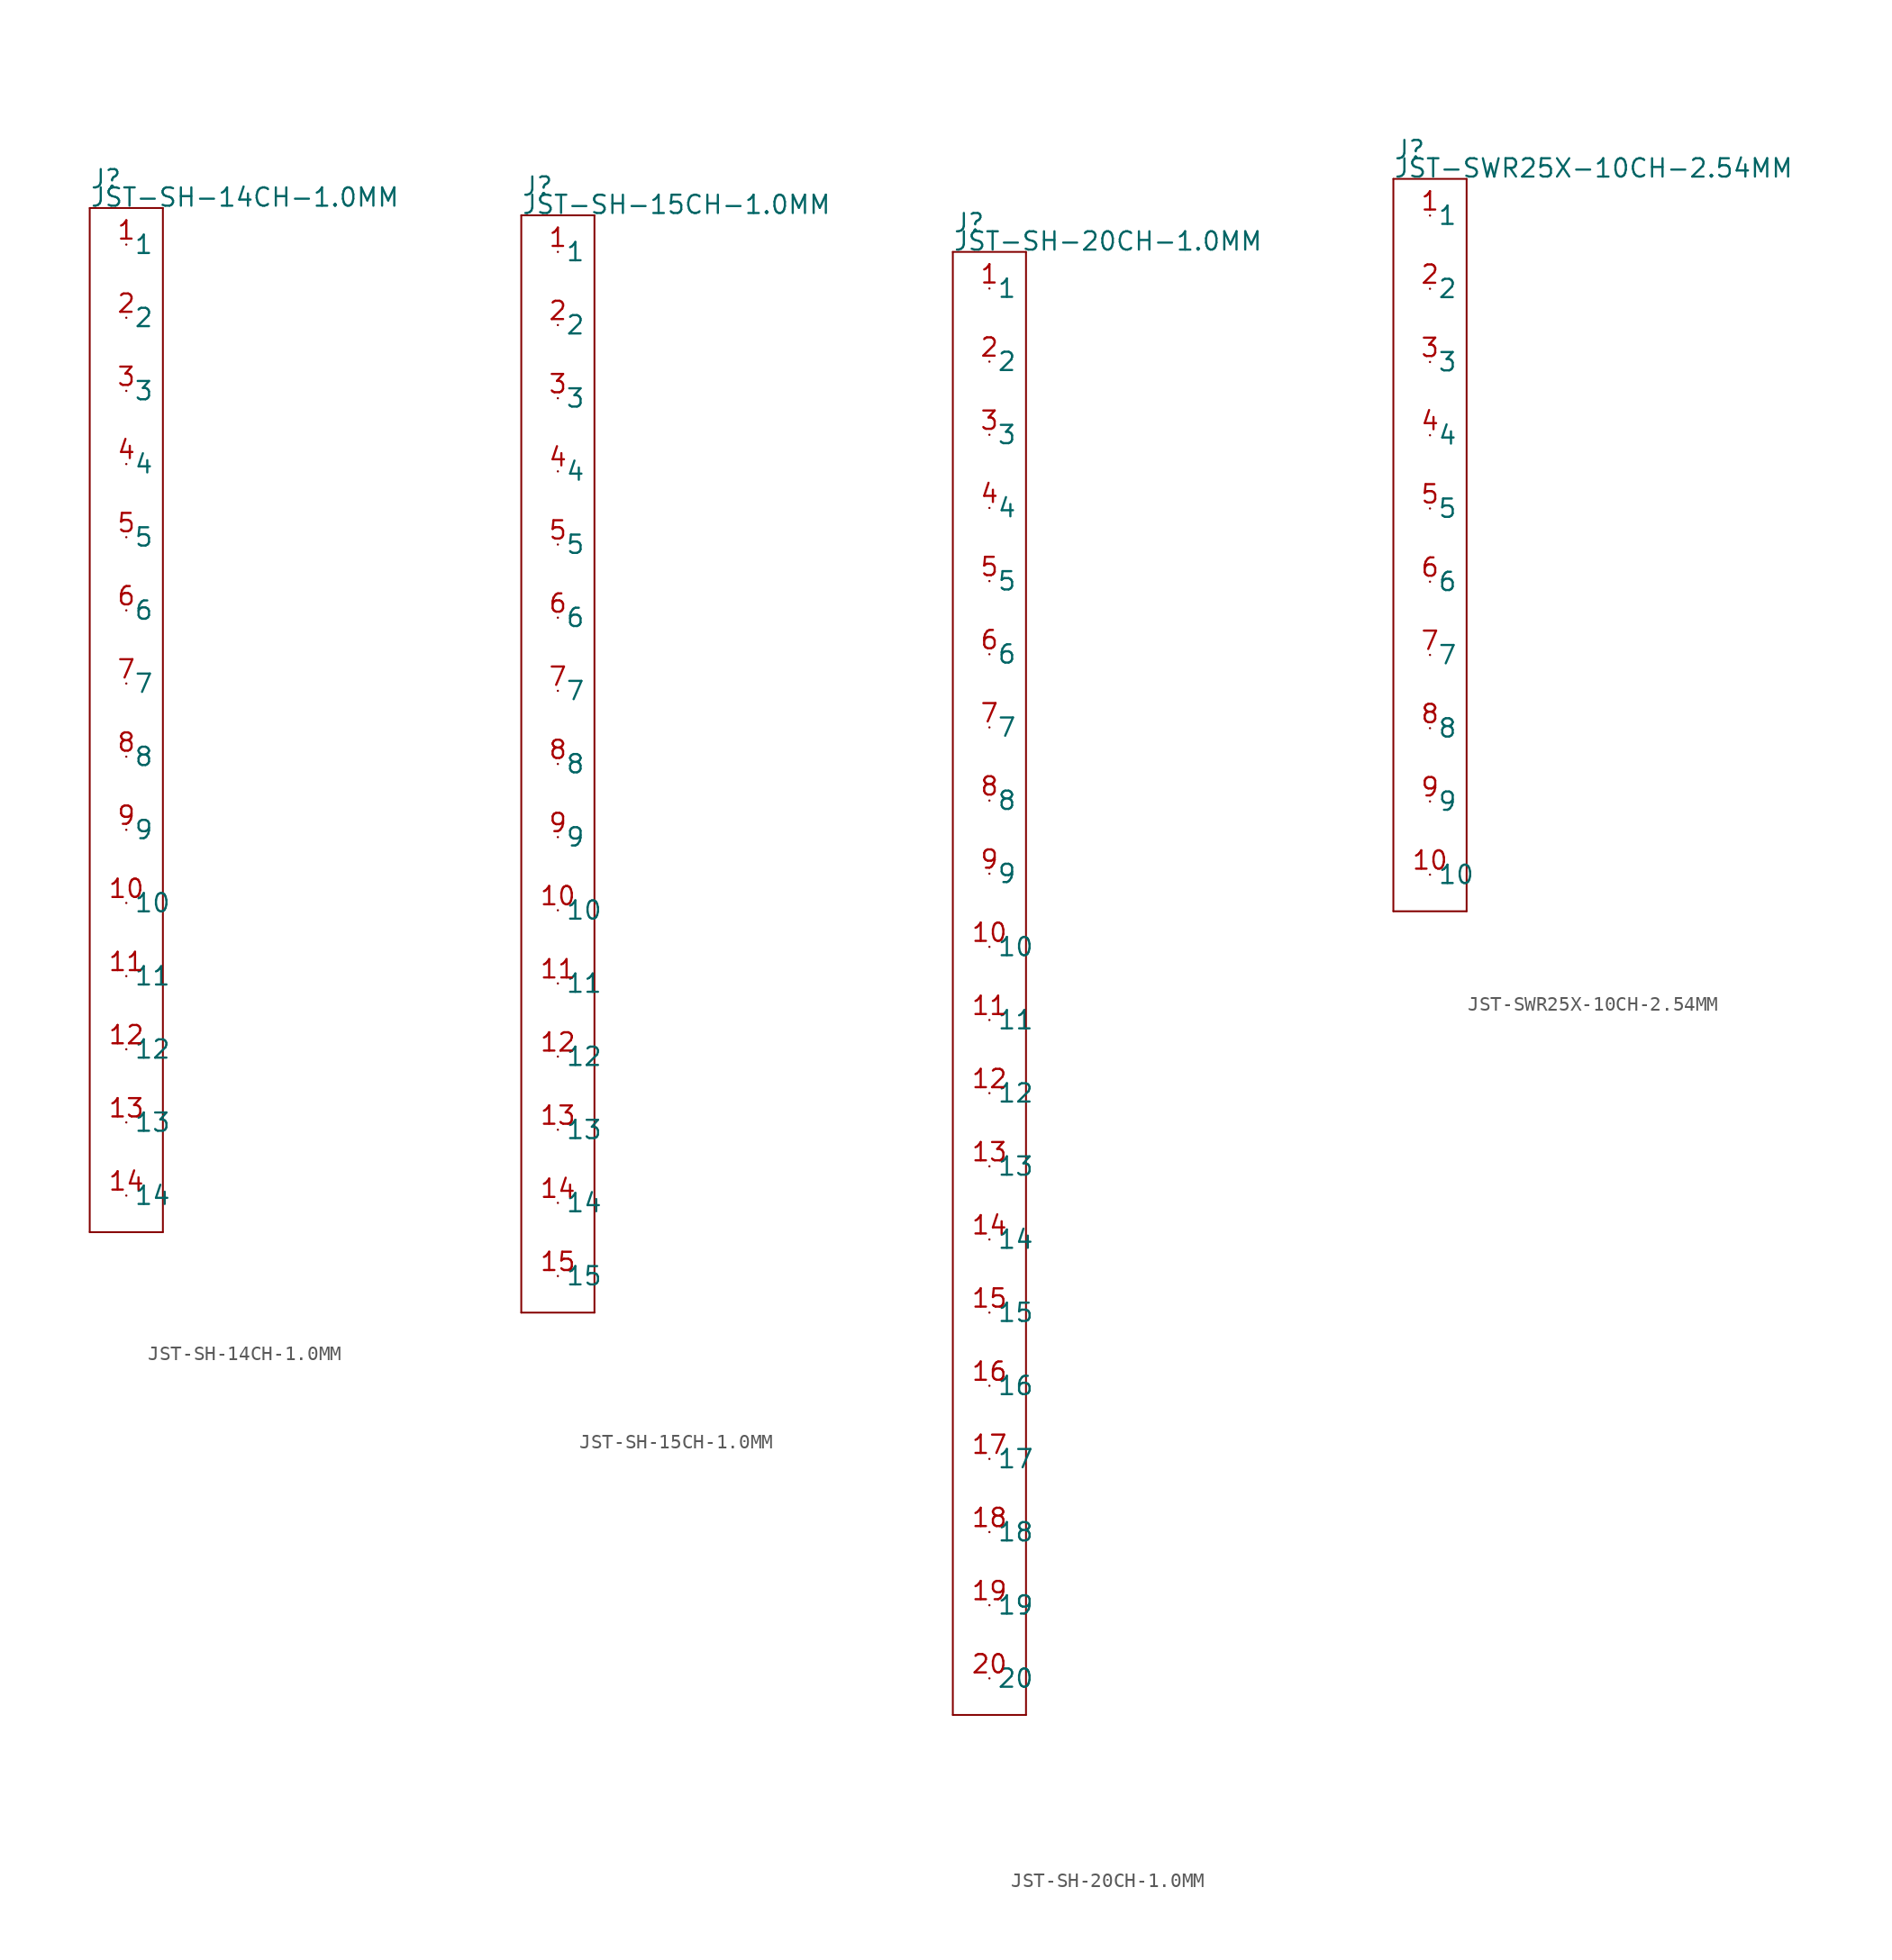
<source format=kicad_sym>
(kicad_symbol_lib
  (version 20211014)
  (generator kicad_symbol_editor)
  (symbol "JST-SH-14CH-1.0MM"
    (pin_names)
    (property "Reference" "J"
      (at -2.54 36.83 0)
      (effects (font (size 1.27 1.27)) (justify left bottom)))
    (property "Value" "JST-SH-14CH-1.0MM"
      (at -2.54 35.56 0)
      (effects (font (size 1.27 1.27)) (justify left bottom)))
    (property "Datasheet" ""
      (at 0 0 0))
    (property "ki_description" " JST 1x14  - Surface Mount JST 14POS 1MM Technical Specifications: Pitch: 1.0mm "
      (at 0 0 0))
    (property "ki_fp_filters" "FlashPCB_Connectors:JST-SM14B-SRSS-TB-SH-SMT-RA-14CH-1.0MM FlashPCB_Connectors:JST-SM14B-SRSS-TB-SH-SMT-RA-14CH-1.0MM-NOSILK FlashPCB_Connectors:JST-BM14B-SRSS-TB-SH-SMT-VERT-14CH-1.0MM FlashPCB_Connectors:JST-BM14B-SRSS-TB-SH-SMT-VERT-14CH-1.0MM-NOSILK"
      (at 0 0 0))
    (symbol "JST-SH-14CH-1.0MM_1_1"
      (polyline (pts (xy -2.54 35.56) (xy 2.54 35.56)) (stroke (width 0.127)) (fill (type none)))
      (polyline (pts (xy 2.54 35.56) (xy 2.54 -35.56)) (stroke (width 0.127)) (fill (type none)))
      (polyline (pts (xy 2.54 -35.56) (xy -2.54 -35.56)) (stroke (width 0.127)) (fill (type none)))
      (polyline (pts (xy -2.54 -35.56) (xy -2.54 35.56)) (stroke (width 0.127)) (fill (type none)))
      (pin bidirectional line (at 0 33.02 0) (length 0) (name "1" (effects (font (size 1.27 1.27)))) (number "1" (effects (font (size 1.27 1.27)))))
      (pin bidirectional line (at 0 27.94 0) (length 0) (name "2" (effects (font (size 1.27 1.27)))) (number "2" (effects (font (size 1.27 1.27)))))
      (pin bidirectional line (at 0 22.86 0) (length 0) (name "3" (effects (font (size 1.27 1.27)))) (number "3" (effects (font (size 1.27 1.27)))))
      (pin bidirectional line (at 0 17.78 0) (length 0) (name "4" (effects (font (size 1.27 1.27)))) (number "4" (effects (font (size 1.27 1.27)))))
      (pin bidirectional line (at 0 12.7 0) (length 0) (name "5" (effects (font (size 1.27 1.27)))) (number "5" (effects (font (size 1.27 1.27)))))
      (pin bidirectional line (at 0 7.62 0) (length 0) (name "6" (effects (font (size 1.27 1.27)))) (number "6" (effects (font (size 1.27 1.27)))))
      (pin bidirectional line (at 0 2.54 0) (length 0) (name "7" (effects (font (size 1.27 1.27)))) (number "7" (effects (font (size 1.27 1.27)))))
      (pin bidirectional line (at 0 -2.54 0) (length 0) (name "8" (effects (font (size 1.27 1.27)))) (number "8" (effects (font (size 1.27 1.27)))))
      (pin bidirectional line (at 0 -7.62 0) (length 0) (name "9" (effects (font (size 1.27 1.27)))) (number "9" (effects (font (size 1.27 1.27)))))
      (pin bidirectional line (at 0 -12.7 0) (length 0) (name "10" (effects (font (size 1.27 1.27)))) (number "10" (effects (font (size 1.27 1.27)))))
      (pin bidirectional line (at 0 -17.78 0) (length 0) (name "11" (effects (font (size 1.27 1.27)))) (number "11" (effects (font (size 1.27 1.27)))))
      (pin bidirectional line (at 0 -22.86 0) (length 0) (name "12" (effects (font (size 1.27 1.27)))) (number "12" (effects (font (size 1.27 1.27)))))
      (pin bidirectional line (at 0 -27.94 0) (length 0) (name "13" (effects (font (size 1.27 1.27)))) (number "13" (effects (font (size 1.27 1.27)))))
      (pin bidirectional line (at 0 -33.02 0) (length 0) (name "14" (effects (font (size 1.27 1.27)))) (number "14" (effects (font (size 1.27 1.27)))))))
  (symbol "JST-SH-15CH-1.0MM"
    (pin_names)
    (property "Reference" "J"
      (at -2.54 39.37 0)
      (effects (font (size 1.27 1.27)) (justify left bottom)))
    (property "Value" "JST-SH-15CH-1.0MM"
      (at -2.54 38.1 0)
      (effects (font (size 1.27 1.27)) (justify left bottom)))
    (property "Datasheet" ""
      (at 0 0 0))
    (property "ki_description" " JST 1x15  - Surface Mount JST 15POS 1MM Technical Specifications: Pitch: 1.0mm "
      (at 0 0 0))
    (property "ki_fp_filters" "FlashPCB_Connectors:JST-SM15B-SRSS-TB-SH-SMT-RA-15CH-1.0MM FlashPCB_Connectors:JST-SM15B-SRSS-TB-SH-SMT-RA-15CH-1.0MM-NOSILK FlashPCB_Connectors:JST-BM15B-SRSS-TB-SH-SMT-VERT-15CH-1.0MM FlashPCB_Connectors:JST-BM15B-SRSS-TB-SH-SMT-VERT-15CH-1.0MM-NOSILK"
      (at 0 0 0))
    (symbol "JST-SH-15CH-1.0MM_1_1"
      (polyline (pts (xy -2.54 38.1) (xy 2.54 38.1)) (stroke (width 0.127)) (fill (type none)))
      (polyline (pts (xy 2.54 38.1) (xy 2.54 -38.1)) (stroke (width 0.127)) (fill (type none)))
      (polyline (pts (xy 2.54 -38.1) (xy -2.54 -38.1)) (stroke (width 0.127)) (fill (type none)))
      (polyline (pts (xy -2.54 -38.1) (xy -2.54 38.1)) (stroke (width 0.127)) (fill (type none)))
      (pin bidirectional line (at 0 35.56 0) (length 0) (name "1" (effects (font (size 1.27 1.27)))) (number "1" (effects (font (size 1.27 1.27)))))
      (pin bidirectional line (at 0 30.48 0) (length 0) (name "2" (effects (font (size 1.27 1.27)))) (number "2" (effects (font (size 1.27 1.27)))))
      (pin bidirectional line (at 0 25.4 0) (length 0) (name "3" (effects (font (size 1.27 1.27)))) (number "3" (effects (font (size 1.27 1.27)))))
      (pin bidirectional line (at 0 20.32 0) (length 0) (name "4" (effects (font (size 1.27 1.27)))) (number "4" (effects (font (size 1.27 1.27)))))
      (pin bidirectional line (at 0 15.24 0) (length 0) (name "5" (effects (font (size 1.27 1.27)))) (number "5" (effects (font (size 1.27 1.27)))))
      (pin bidirectional line (at 0 10.16 0) (length 0) (name "6" (effects (font (size 1.27 1.27)))) (number "6" (effects (font (size 1.27 1.27)))))
      (pin bidirectional line (at 0 5.08 0) (length 0) (name "7" (effects (font (size 1.27 1.27)))) (number "7" (effects (font (size 1.27 1.27)))))
      (pin bidirectional line (at 0 0 0) (length 0) (name "8" (effects (font (size 1.27 1.27)))) (number "8" (effects (font (size 1.27 1.27)))))
      (pin bidirectional line (at 0 -5.08 0) (length 0) (name "9" (effects (font (size 1.27 1.27)))) (number "9" (effects (font (size 1.27 1.27)))))
      (pin bidirectional line (at 0 -10.16 0) (length 0) (name "10" (effects (font (size 1.27 1.27)))) (number "10" (effects (font (size 1.27 1.27)))))
      (pin bidirectional line (at 0 -15.24 0) (length 0) (name "11" (effects (font (size 1.27 1.27)))) (number "11" (effects (font (size 1.27 1.27)))))
      (pin bidirectional line (at 0 -20.32 0) (length 0) (name "12" (effects (font (size 1.27 1.27)))) (number "12" (effects (font (size 1.27 1.27)))))
      (pin bidirectional line (at 0 -25.4 0) (length 0) (name "13" (effects (font (size 1.27 1.27)))) (number "13" (effects (font (size 1.27 1.27)))))
      (pin bidirectional line (at 0 -30.48 0) (length 0) (name "14" (effects (font (size 1.27 1.27)))) (number "14" (effects (font (size 1.27 1.27)))))
      (pin bidirectional line (at 0 -35.56 0) (length 0) (name "15" (effects (font (size 1.27 1.27)))) (number "15" (effects (font (size 1.27 1.27)))))))
  (symbol "JST-SH-20CH-1.0MM"
    (pin_names)
    (property "Reference" "J"
      (at -2.54 52.07 0)
      (effects (font (size 1.27 1.27)) (justify left bottom)))
    (property "Value" "JST-SH-20CH-1.0MM"
      (at -2.54 50.8 0)
      (effects (font (size 1.27 1.27)) (justify left bottom)))
    (property "Datasheet" ""
      (at 0 0 0))
    (property "ki_description" " JST 1x20  - Surface Mount JST 20POS 1MM Technical Specifications: Pitch: 1.0mm "
      (at 0 0 0))
    (property "ki_fp_filters" "FlashPCB_Connectors:JST-SM20B-SRSS-TB-SH-SMT-RA-20CH-1.0MM FlashPCB_Connectors:JST-SM20B-SRSS-TB-SH-SMT-RA-20CH-1.0MM-NOSILK FlashPCB_Connectors:JST-BM20B-SRSS-TB-SH-SMT-VERT-20CH-1.0MM FlashPCB_Connectors:JST-BM20B-SRSS-TB-SH-SMT-VERT-20CH-1.0MM-NOSILK"
      (at 0 0 0))
    (symbol "JST-SH-20CH-1.0MM_1_1"
      (polyline (pts (xy -2.54 50.8) (xy 2.54 50.8)) (stroke (width 0.127)) (fill (type none)))
      (polyline (pts (xy 2.54 50.8) (xy 2.54 -50.8)) (stroke (width 0.127)) (fill (type none)))
      (polyline (pts (xy 2.54 -50.8) (xy -2.54 -50.8)) (stroke (width 0.127)) (fill (type none)))
      (polyline (pts (xy -2.54 -50.8) (xy -2.54 50.8)) (stroke (width 0.127)) (fill (type none)))
      (pin bidirectional line (at 0 48.26 0) (length 0) (name "1" (effects (font (size 1.27 1.27)))) (number "1" (effects (font (size 1.27 1.27)))))
      (pin bidirectional line (at 0 43.18 0) (length 0) (name "2" (effects (font (size 1.27 1.27)))) (number "2" (effects (font (size 1.27 1.27)))))
      (pin bidirectional line (at 0 38.1 0) (length 0) (name "3" (effects (font (size 1.27 1.27)))) (number "3" (effects (font (size 1.27 1.27)))))
      (pin bidirectional line (at 0 33.02 0) (length 0) (name "4" (effects (font (size 1.27 1.27)))) (number "4" (effects (font (size 1.27 1.27)))))
      (pin bidirectional line (at 0 27.94 0) (length 0) (name "5" (effects (font (size 1.27 1.27)))) (number "5" (effects (font (size 1.27 1.27)))))
      (pin bidirectional line (at 0 22.86 0) (length 0) (name "6" (effects (font (size 1.27 1.27)))) (number "6" (effects (font (size 1.27 1.27)))))
      (pin bidirectional line (at 0 17.78 0) (length 0) (name "7" (effects (font (size 1.27 1.27)))) (number "7" (effects (font (size 1.27 1.27)))))
      (pin bidirectional line (at 0 12.7 0) (length 0) (name "8" (effects (font (size 1.27 1.27)))) (number "8" (effects (font (size 1.27 1.27)))))
      (pin bidirectional line (at 0 7.62 0) (length 0) (name "9" (effects (font (size 1.27 1.27)))) (number "9" (effects (font (size 1.27 1.27)))))
      (pin bidirectional line (at 0 2.54 0) (length 0) (name "10" (effects (font (size 1.27 1.27)))) (number "10" (effects (font (size 1.27 1.27)))))
      (pin bidirectional line (at 0 -2.54 0) (length 0) (name "11" (effects (font (size 1.27 1.27)))) (number "11" (effects (font (size 1.27 1.27)))))
      (pin bidirectional line (at 0 -7.62 0) (length 0) (name "12" (effects (font (size 1.27 1.27)))) (number "12" (effects (font (size 1.27 1.27)))))
      (pin bidirectional line (at 0 -12.7 0) (length 0) (name "13" (effects (font (size 1.27 1.27)))) (number "13" (effects (font (size 1.27 1.27)))))
      (pin bidirectional line (at 0 -17.78 0) (length 0) (name "14" (effects (font (size 1.27 1.27)))) (number "14" (effects (font (size 1.27 1.27)))))
      (pin bidirectional line (at 0 -22.86 0) (length 0) (name "15" (effects (font (size 1.27 1.27)))) (number "15" (effects (font (size 1.27 1.27)))))
      (pin bidirectional line (at 0 -27.94 0) (length 0) (name "16" (effects (font (size 1.27 1.27)))) (number "16" (effects (font (size 1.27 1.27)))))
      (pin bidirectional line (at 0 -33.02 0) (length 0) (name "17" (effects (font (size 1.27 1.27)))) (number "17" (effects (font (size 1.27 1.27)))))
      (pin bidirectional line (at 0 -38.1 0) (length 0) (name "18" (effects (font (size 1.27 1.27)))) (number "18" (effects (font (size 1.27 1.27)))))
      (pin bidirectional line (at 0 -43.18 0) (length 0) (name "19" (effects (font (size 1.27 1.27)))) (number "19" (effects (font (size 1.27 1.27)))))
      (pin bidirectional line (at 0 -48.26 0) (length 0) (name "20" (effects (font (size 1.27 1.27)))) (number "20" (effects (font (size 1.27 1.27)))))))
  (symbol "JST-SWR25X-10CH-2.54MM"
    (pin_names)
    (property "Reference" "J"
      (at -2.54 26.67 0)
      (effects (font (size 1.27 1.27)) (justify left bottom)))
    (property "Value" "JST-SWR25X-10CH-2.54MM"
      (at -2.54 25.4 0)
      (effects (font (size 1.27 1.27)) (justify left bottom)))
    (property "Datasheet" ""
      (at 0 0 0))
    (property "ki_description" " JST 1x10  - Through Hole JST 10POS 2.54MM Technical Specifications: Pitch: 3.96mm "
      (at 0 0 0))
    (property "ki_fp_filters" "FlashPCB_Connectors:JST-SWR25X-NRTC-S10-ST-BA-THT-VERT-10CH-2.54MM FlashPCB_Connectors:JST-SWR25X-NRTC-S10-ST-BA-THT-VERT-10CH-2.54MM-NOSILK FlashPCB_Connectors:JST-SWR25X-NRTC-S10-RA-BA-THT-RA-10CH-2.54MM FlashPCB_Connectors:JST-SWR25X-NRTC-S10-RA-BA-THT-RA-10CH-2.54MM-NOSILK FlashPCB_Connectors:JST-SWR25X-NRTC-S10-ST-BA-THT-VERT-10CH-2.54MM-LONG FlashPCB_Connectors:JST-SWR25X-NRTC-S10-ST-BA-THT-VERT-10CH-2.54MM-LONG-NOSILK FlashPCB_Connectors:JST-SWR25X-NRTC-S10-RA-BA-THT-RA-10CH-2.54MM-LONG FlashPCB_Connectors:JST-SWR25X-NRTC-S10-RA-BA-THT-RA-10CH-2.54MM-LONG-NOSILK"
      (at 0 0 0))
    (symbol "JST-SWR25X-10CH-2.54MM_1_1"
      (polyline (pts (xy -2.54 25.4) (xy 2.54 25.4)) (stroke (width 0.127)) (fill (type none)))
      (polyline (pts (xy 2.54 25.4) (xy 2.54 -25.4)) (stroke (width 0.127)) (fill (type none)))
      (polyline (pts (xy 2.54 -25.4) (xy -2.54 -25.4)) (stroke (width 0.127)) (fill (type none)))
      (polyline (pts (xy -2.54 -25.4) (xy -2.54 25.4)) (stroke (width 0.127)) (fill (type none)))
      (pin bidirectional line (at 0 22.86 0) (length 0) (name "1" (effects (font (size 1.27 1.27)))) (number "1" (effects (font (size 1.27 1.27)))))
      (pin bidirectional line (at 0 17.78 0) (length 0) (name "2" (effects (font (size 1.27 1.27)))) (number "2" (effects (font (size 1.27 1.27)))))
      (pin bidirectional line (at 0 12.7 0) (length 0) (name "3" (effects (font (size 1.27 1.27)))) (number "3" (effects (font (size 1.27 1.27)))))
      (pin bidirectional line (at 0 7.62 0) (length 0) (name "4" (effects (font (size 1.27 1.27)))) (number "4" (effects (font (size 1.27 1.27)))))
      (pin bidirectional line (at 0 2.54 0) (length 0) (name "5" (effects (font (size 1.27 1.27)))) (number "5" (effects (font (size 1.27 1.27)))))
      (pin bidirectional line (at 0 -2.54 0) (length 0) (name "6" (effects (font (size 1.27 1.27)))) (number "6" (effects (font (size 1.27 1.27)))))
      (pin bidirectional line (at 0 -7.62 0) (length 0) (name "7" (effects (font (size 1.27 1.27)))) (number "7" (effects (font (size 1.27 1.27)))))
      (pin bidirectional line (at 0 -12.7 0) (length 0) (name "8" (effects (font (size 1.27 1.27)))) (number "8" (effects (font (size 1.27 1.27)))))
      (pin bidirectional line (at 0 -17.78 0) (length 0) (name "9" (effects (font (size 1.27 1.27)))) (number "9" (effects (font (size 1.27 1.27)))))
      (pin bidirectional line (at 0 -22.86 0) (length 0) (name "10" (effects (font (size 1.27 1.27)))) (number "10" (effects (font (size 1.27 1.27))))))))
</source>
